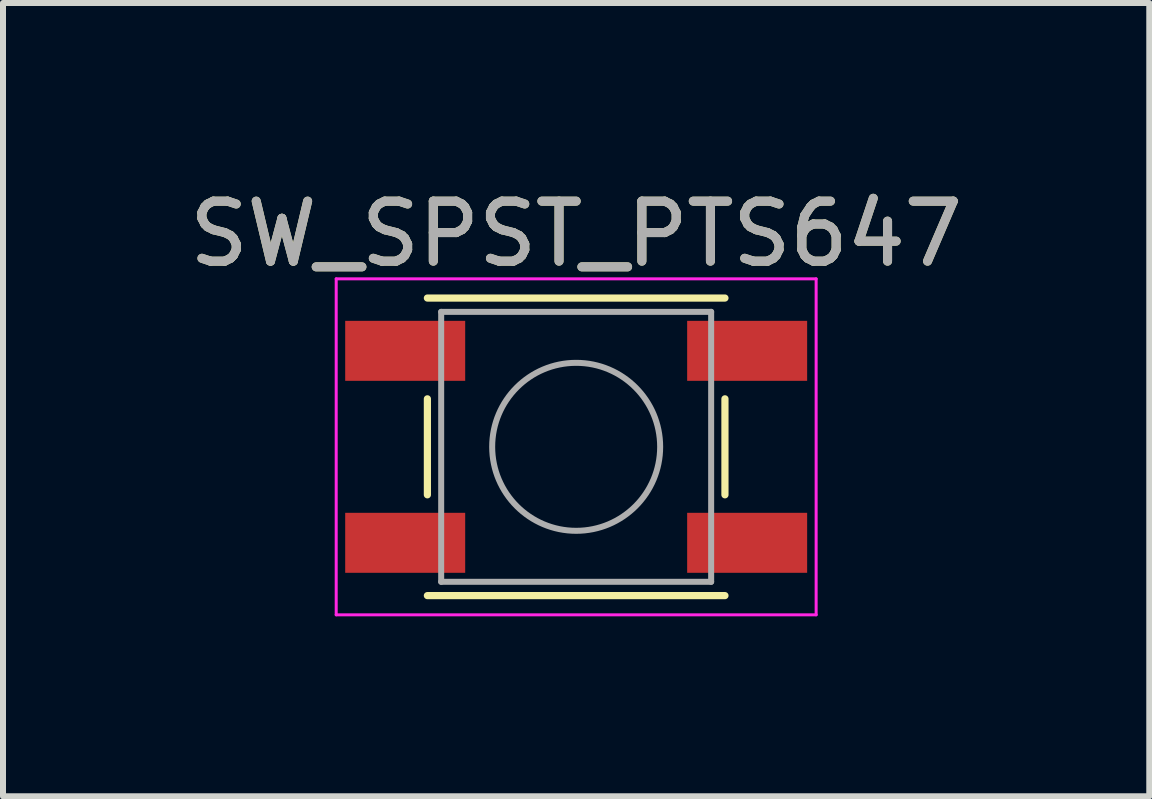
<source format=kicad_pcb>
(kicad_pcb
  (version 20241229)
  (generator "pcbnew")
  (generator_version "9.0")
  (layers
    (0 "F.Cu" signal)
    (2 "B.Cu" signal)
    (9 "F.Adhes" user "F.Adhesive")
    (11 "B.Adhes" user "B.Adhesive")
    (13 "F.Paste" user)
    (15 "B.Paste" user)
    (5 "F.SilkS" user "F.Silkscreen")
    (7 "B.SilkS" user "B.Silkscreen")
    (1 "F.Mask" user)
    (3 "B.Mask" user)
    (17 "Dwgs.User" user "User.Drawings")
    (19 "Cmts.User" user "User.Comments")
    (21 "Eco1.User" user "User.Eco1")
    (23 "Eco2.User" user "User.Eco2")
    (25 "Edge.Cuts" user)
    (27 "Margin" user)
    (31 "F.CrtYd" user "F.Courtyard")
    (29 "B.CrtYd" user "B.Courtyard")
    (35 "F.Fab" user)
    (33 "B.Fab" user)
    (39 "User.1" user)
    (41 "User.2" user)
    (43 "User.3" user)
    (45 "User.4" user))
  (footprint "SW_SPST_PTS647"
    (layer "F.Cu")
    (at 6.554 4.398)
    (property "Reference" "SW_SPST_PTS647" (at 0 -3.55 0) (layer "F.SilkS") (effects (font (size 1 1) (thickness 0.15))))
    (attr smd)
    (fp_line (start -2.48 -2.48) (end 2.48 -2.48) (stroke (width 0.12) (type solid)) (layer "F.SilkS"))
    (fp_line (start -2.48 -0.8) (end -2.48 0.8) (stroke (width 0.12) (type solid)) (layer "F.SilkS"))
    (fp_line (start -2.48 2.48) (end 2.48 2.48) (stroke (width 0.12) (type solid)) (layer "F.SilkS"))
    (fp_line (start 2.48 -0.8) (end 2.48 0.8) (stroke (width 0.12) (type solid)) (layer "F.SilkS"))
    (fp_line (start -4 -2.8) (end -4 2.8) (stroke (width 0.05) (type solid)) (layer "F.CrtYd"))
    (fp_line (start -4 -2.8) (end 4 -2.8) (stroke (width 0.05) (type solid)) (layer "F.CrtYd"))
    (fp_line (start -4 2.8) (end 4 2.8) (stroke (width 0.05) (type solid)) (layer "F.CrtYd"))
    (fp_line (start 4 2.8) (end 4 -2.8) (stroke (width 0.05) (type solid)) (layer "F.CrtYd"))
    (fp_line (start -2.25 -2.25) (end -2.25 2.25) (stroke (width 0.1) (type solid)) (layer "F.Fab"))
    (fp_line (start -2.25 2.25) (end 2.25 2.25) (stroke (width 0.1) (type solid)) (layer "F.Fab"))
    (fp_line (start 2.25 -2.25) (end -2.25 -2.25) (stroke (width 0.1) (type solid)) (layer "F.Fab"))
    (fp_line (start 2.25 2.25) (end 2.25 -2.25) (stroke (width 0.1) (type solid)) (layer "F.Fab"))
    (fp_circle (center 0 0) (end 1.4 0) (stroke (width 0.1) (type solid)) (fill no) (layer "F.Fab"))
    (fp_text user "${REFERENCE}" (at 0 -3.55 0) (layer "F.Fab") (effects (font (size 1 1) (thickness 0.15))))
    (pad "1" smd rect (at -2.85 -1.6) (size 2 1) (layers "F.Cu" "F.Mask" "F.Paste"))
    (pad "1" smd rect (at 2.85 -1.6) (size 2 1) (layers "F.Cu" "F.Mask" "F.Paste"))
    (pad "2" smd rect (at -2.85 1.6) (size 2 1) (layers "F.Cu" "F.Mask" "F.Paste"))
    (pad "2" smd rect (at 2.85 1.6) (size 2 1) (layers "F.Cu" "F.Mask" "F.Paste")))
  (gr_rect
    (start -3 -3)
    (end 16.107 10.223)
    (stroke (width 0.1) (type default))
    (fill no)
    (layer "Edge.Cuts")))
</source>
